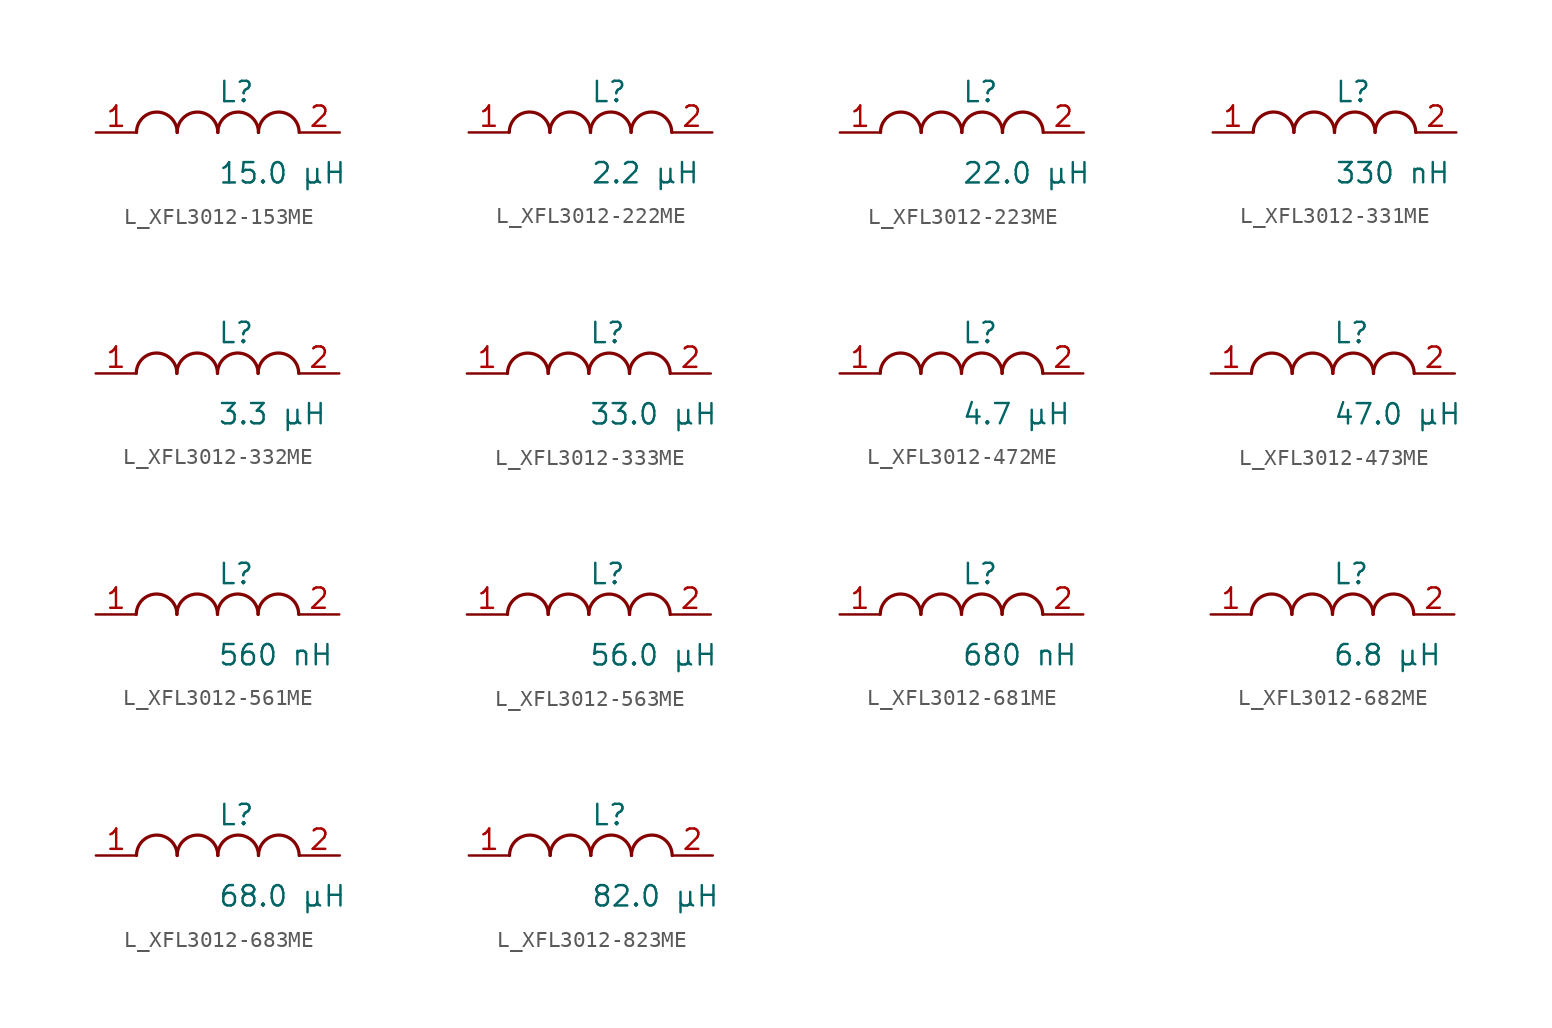
<source format=kicad_sym>
(kicad_symbol_lib
  (version 20231120)
  (generator kicad_symbol_editor)
  (generator_version 8.0)
  (symbol "L_XFL3012-153ME"
    (pin_names
      (offset 0.254))
    (property "Reference" "L"
      (at 0.0 2.54 0)
      (effects (font (size 1.27 1.27)) (justify left)))
    (property "Value" "15.0 µH"
      (at 0.0 -2.54 0)
      (effects (font (size 1.27 1.27)) (justify left)))
    (symbol "L_XFL3012-153ME_1_1"
      (arc (start -2.54 0.0056) (mid -3.81 1.27) (end -5.08 0.0056) (stroke (width 0.2032) (type default)) (fill (type none)))
      (arc (start 0 0.0056) (mid -1.27 1.27) (end -2.54 0.0056) (stroke (width 0.2032) (type default)) (fill (type none)))
      (arc (start 2.54 0.0056) (mid 1.27 1.27) (end 0 0.0056) (stroke (width 0.2032) (type default)) (fill (type none)))
      (arc (start 5.08 0.0056) (mid 3.81 1.27) (end 2.54 0.0056) (stroke (width 0.2032) (type default)) (fill (type none)))
      (pin unspecified line (at -7.62 0 0) (length 2.54) (name "" (effects (font (size 1.27 1.27)))) (number "1" (effects (font (size 1.27 1.27)))))
      (pin unspecified line (at 7.62 0 180) (length 2.54) (name "" (effects (font (size 1.27 1.27)))) (number "2" (effects (font (size 1.27 1.27)))))))
  (symbol "L_XFL3012-222ME"
    (pin_names
      (offset 0.254))
    (property "Reference" "L"
      (at 0.0 2.54 0)
      (effects (font (size 1.27 1.27)) (justify left)))
    (property "Value" "2.2 µH"
      (at 0.0 -2.54 0)
      (effects (font (size 1.27 1.27)) (justify left)))
    (symbol "L_XFL3012-222ME_1_1"
      (arc (start -2.54 0.0056) (mid -3.81 1.27) (end -5.08 0.0056) (stroke (width 0.2032) (type default)) (fill (type none)))
      (arc (start 0 0.0056) (mid -1.27 1.27) (end -2.54 0.0056) (stroke (width 0.2032) (type default)) (fill (type none)))
      (arc (start 2.54 0.0056) (mid 1.27 1.27) (end 0 0.0056) (stroke (width 0.2032) (type default)) (fill (type none)))
      (arc (start 5.08 0.0056) (mid 3.81 1.27) (end 2.54 0.0056) (stroke (width 0.2032) (type default)) (fill (type none)))
      (pin unspecified line (at -7.62 0 0) (length 2.54) (name "" (effects (font (size 1.27 1.27)))) (number "1" (effects (font (size 1.27 1.27)))))
      (pin unspecified line (at 7.62 0 180) (length 2.54) (name "" (effects (font (size 1.27 1.27)))) (number "2" (effects (font (size 1.27 1.27)))))))
  (symbol "L_XFL3012-223ME"
    (pin_names
      (offset 0.254))
    (property "Reference" "L"
      (at 0.0 2.54 0)
      (effects (font (size 1.27 1.27)) (justify left)))
    (property "Value" "22.0 µH"
      (at 0.0 -2.54 0)
      (effects (font (size 1.27 1.27)) (justify left)))
    (symbol "L_XFL3012-223ME_1_1"
      (arc (start -2.54 0.0056) (mid -3.81 1.27) (end -5.08 0.0056) (stroke (width 0.2032) (type default)) (fill (type none)))
      (arc (start 0 0.0056) (mid -1.27 1.27) (end -2.54 0.0056) (stroke (width 0.2032) (type default)) (fill (type none)))
      (arc (start 2.54 0.0056) (mid 1.27 1.27) (end 0 0.0056) (stroke (width 0.2032) (type default)) (fill (type none)))
      (arc (start 5.08 0.0056) (mid 3.81 1.27) (end 2.54 0.0056) (stroke (width 0.2032) (type default)) (fill (type none)))
      (pin unspecified line (at -7.62 0 0) (length 2.54) (name "" (effects (font (size 1.27 1.27)))) (number "1" (effects (font (size 1.27 1.27)))))
      (pin unspecified line (at 7.62 0 180) (length 2.54) (name "" (effects (font (size 1.27 1.27)))) (number "2" (effects (font (size 1.27 1.27)))))))
  (symbol "L_XFL3012-331ME"
    (pin_names
      (offset 0.254))
    (property "Reference" "L"
      (at 0.0 2.54 0)
      (effects (font (size 1.27 1.27)) (justify left)))
    (property "Value" "330 nH"
      (at 0.0 -2.54 0)
      (effects (font (size 1.27 1.27)) (justify left)))
    (symbol "L_XFL3012-331ME_1_1"
      (arc (start -2.54 0.0056) (mid -3.81 1.27) (end -5.08 0.0056) (stroke (width 0.2032) (type default)) (fill (type none)))
      (arc (start 0 0.0056) (mid -1.27 1.27) (end -2.54 0.0056) (stroke (width 0.2032) (type default)) (fill (type none)))
      (arc (start 2.54 0.0056) (mid 1.27 1.27) (end 0 0.0056) (stroke (width 0.2032) (type default)) (fill (type none)))
      (arc (start 5.08 0.0056) (mid 3.81 1.27) (end 2.54 0.0056) (stroke (width 0.2032) (type default)) (fill (type none)))
      (pin unspecified line (at -7.62 0 0) (length 2.54) (name "" (effects (font (size 1.27 1.27)))) (number "1" (effects (font (size 1.27 1.27)))))
      (pin unspecified line (at 7.62 0 180) (length 2.54) (name "" (effects (font (size 1.27 1.27)))) (number "2" (effects (font (size 1.27 1.27)))))))
  (symbol "L_XFL3012-332ME"
    (pin_names
      (offset 0.254))
    (property "Reference" "L"
      (at 0.0 2.54 0)
      (effects (font (size 1.27 1.27)) (justify left)))
    (property "Value" "3.3 µH"
      (at 0.0 -2.54 0)
      (effects (font (size 1.27 1.27)) (justify left)))
    (symbol "L_XFL3012-332ME_1_1"
      (arc (start -2.54 0.0056) (mid -3.81 1.27) (end -5.08 0.0056) (stroke (width 0.2032) (type default)) (fill (type none)))
      (arc (start 0 0.0056) (mid -1.27 1.27) (end -2.54 0.0056) (stroke (width 0.2032) (type default)) (fill (type none)))
      (arc (start 2.54 0.0056) (mid 1.27 1.27) (end 0 0.0056) (stroke (width 0.2032) (type default)) (fill (type none)))
      (arc (start 5.08 0.0056) (mid 3.81 1.27) (end 2.54 0.0056) (stroke (width 0.2032) (type default)) (fill (type none)))
      (pin unspecified line (at -7.62 0 0) (length 2.54) (name "" (effects (font (size 1.27 1.27)))) (number "1" (effects (font (size 1.27 1.27)))))
      (pin unspecified line (at 7.62 0 180) (length 2.54) (name "" (effects (font (size 1.27 1.27)))) (number "2" (effects (font (size 1.27 1.27)))))))
  (symbol "L_XFL3012-333ME"
    (pin_names
      (offset 0.254))
    (property "Reference" "L"
      (at 0.0 2.54 0)
      (effects (font (size 1.27 1.27)) (justify left)))
    (property "Value" "33.0 µH"
      (at 0.0 -2.54 0)
      (effects (font (size 1.27 1.27)) (justify left)))
    (symbol "L_XFL3012-333ME_1_1"
      (arc (start -2.54 0.0056) (mid -3.81 1.27) (end -5.08 0.0056) (stroke (width 0.2032) (type default)) (fill (type none)))
      (arc (start 0 0.0056) (mid -1.27 1.27) (end -2.54 0.0056) (stroke (width 0.2032) (type default)) (fill (type none)))
      (arc (start 2.54 0.0056) (mid 1.27 1.27) (end 0 0.0056) (stroke (width 0.2032) (type default)) (fill (type none)))
      (arc (start 5.08 0.0056) (mid 3.81 1.27) (end 2.54 0.0056) (stroke (width 0.2032) (type default)) (fill (type none)))
      (pin unspecified line (at -7.62 0 0) (length 2.54) (name "" (effects (font (size 1.27 1.27)))) (number "1" (effects (font (size 1.27 1.27)))))
      (pin unspecified line (at 7.62 0 180) (length 2.54) (name "" (effects (font (size 1.27 1.27)))) (number "2" (effects (font (size 1.27 1.27)))))))
  (symbol "L_XFL3012-472ME"
    (pin_names
      (offset 0.254))
    (property "Reference" "L"
      (at 0.0 2.54 0)
      (effects (font (size 1.27 1.27)) (justify left)))
    (property "Value" "4.7 µH"
      (at 0.0 -2.54 0)
      (effects (font (size 1.27 1.27)) (justify left)))
    (symbol "L_XFL3012-472ME_1_1"
      (arc (start -2.54 0.0056) (mid -3.81 1.27) (end -5.08 0.0056) (stroke (width 0.2032) (type default)) (fill (type none)))
      (arc (start 0 0.0056) (mid -1.27 1.27) (end -2.54 0.0056) (stroke (width 0.2032) (type default)) (fill (type none)))
      (arc (start 2.54 0.0056) (mid 1.27 1.27) (end 0 0.0056) (stroke (width 0.2032) (type default)) (fill (type none)))
      (arc (start 5.08 0.0056) (mid 3.81 1.27) (end 2.54 0.0056) (stroke (width 0.2032) (type default)) (fill (type none)))
      (pin unspecified line (at -7.62 0 0) (length 2.54) (name "" (effects (font (size 1.27 1.27)))) (number "1" (effects (font (size 1.27 1.27)))))
      (pin unspecified line (at 7.62 0 180) (length 2.54) (name "" (effects (font (size 1.27 1.27)))) (number "2" (effects (font (size 1.27 1.27)))))))
  (symbol "L_XFL3012-473ME"
    (pin_names
      (offset 0.254))
    (property "Reference" "L"
      (at 0.0 2.54 0)
      (effects (font (size 1.27 1.27)) (justify left)))
    (property "Value" "47.0 µH"
      (at 0.0 -2.54 0)
      (effects (font (size 1.27 1.27)) (justify left)))
    (symbol "L_XFL3012-473ME_1_1"
      (arc (start -2.54 0.0056) (mid -3.81 1.27) (end -5.08 0.0056) (stroke (width 0.2032) (type default)) (fill (type none)))
      (arc (start 0 0.0056) (mid -1.27 1.27) (end -2.54 0.0056) (stroke (width 0.2032) (type default)) (fill (type none)))
      (arc (start 2.54 0.0056) (mid 1.27 1.27) (end 0 0.0056) (stroke (width 0.2032) (type default)) (fill (type none)))
      (arc (start 5.08 0.0056) (mid 3.81 1.27) (end 2.54 0.0056) (stroke (width 0.2032) (type default)) (fill (type none)))
      (pin unspecified line (at -7.62 0 0) (length 2.54) (name "" (effects (font (size 1.27 1.27)))) (number "1" (effects (font (size 1.27 1.27)))))
      (pin unspecified line (at 7.62 0 180) (length 2.54) (name "" (effects (font (size 1.27 1.27)))) (number "2" (effects (font (size 1.27 1.27)))))))
  (symbol "L_XFL3012-561ME"
    (pin_names
      (offset 0.254))
    (property "Reference" "L"
      (at 0.0 2.54 0)
      (effects (font (size 1.27 1.27)) (justify left)))
    (property "Value" "560 nH"
      (at 0.0 -2.54 0)
      (effects (font (size 1.27 1.27)) (justify left)))
    (symbol "L_XFL3012-561ME_1_1"
      (arc (start -2.54 0.0056) (mid -3.81 1.27) (end -5.08 0.0056) (stroke (width 0.2032) (type default)) (fill (type none)))
      (arc (start 0 0.0056) (mid -1.27 1.27) (end -2.54 0.0056) (stroke (width 0.2032) (type default)) (fill (type none)))
      (arc (start 2.54 0.0056) (mid 1.27 1.27) (end 0 0.0056) (stroke (width 0.2032) (type default)) (fill (type none)))
      (arc (start 5.08 0.0056) (mid 3.81 1.27) (end 2.54 0.0056) (stroke (width 0.2032) (type default)) (fill (type none)))
      (pin unspecified line (at -7.62 0 0) (length 2.54) (name "" (effects (font (size 1.27 1.27)))) (number "1" (effects (font (size 1.27 1.27)))))
      (pin unspecified line (at 7.62 0 180) (length 2.54) (name "" (effects (font (size 1.27 1.27)))) (number "2" (effects (font (size 1.27 1.27)))))))
  (symbol "L_XFL3012-563ME"
    (pin_names
      (offset 0.254))
    (property "Reference" "L"
      (at 0.0 2.54 0)
      (effects (font (size 1.27 1.27)) (justify left)))
    (property "Value" "56.0 µH"
      (at 0.0 -2.54 0)
      (effects (font (size 1.27 1.27)) (justify left)))
    (symbol "L_XFL3012-563ME_1_1"
      (arc (start -2.54 0.0056) (mid -3.81 1.27) (end -5.08 0.0056) (stroke (width 0.2032) (type default)) (fill (type none)))
      (arc (start 0 0.0056) (mid -1.27 1.27) (end -2.54 0.0056) (stroke (width 0.2032) (type default)) (fill (type none)))
      (arc (start 2.54 0.0056) (mid 1.27 1.27) (end 0 0.0056) (stroke (width 0.2032) (type default)) (fill (type none)))
      (arc (start 5.08 0.0056) (mid 3.81 1.27) (end 2.54 0.0056) (stroke (width 0.2032) (type default)) (fill (type none)))
      (pin unspecified line (at -7.62 0 0) (length 2.54) (name "" (effects (font (size 1.27 1.27)))) (number "1" (effects (font (size 1.27 1.27)))))
      (pin unspecified line (at 7.62 0 180) (length 2.54) (name "" (effects (font (size 1.27 1.27)))) (number "2" (effects (font (size 1.27 1.27)))))))
  (symbol "L_XFL3012-681ME"
    (pin_names
      (offset 0.254))
    (property "Reference" "L"
      (at 0.0 2.54 0)
      (effects (font (size 1.27 1.27)) (justify left)))
    (property "Value" "680 nH"
      (at 0.0 -2.54 0)
      (effects (font (size 1.27 1.27)) (justify left)))
    (symbol "L_XFL3012-681ME_1_1"
      (arc (start -2.54 0.0056) (mid -3.81 1.27) (end -5.08 0.0056) (stroke (width 0.2032) (type default)) (fill (type none)))
      (arc (start 0 0.0056) (mid -1.27 1.27) (end -2.54 0.0056) (stroke (width 0.2032) (type default)) (fill (type none)))
      (arc (start 2.54 0.0056) (mid 1.27 1.27) (end 0 0.0056) (stroke (width 0.2032) (type default)) (fill (type none)))
      (arc (start 5.08 0.0056) (mid 3.81 1.27) (end 2.54 0.0056) (stroke (width 0.2032) (type default)) (fill (type none)))
      (pin unspecified line (at -7.62 0 0) (length 2.54) (name "" (effects (font (size 1.27 1.27)))) (number "1" (effects (font (size 1.27 1.27)))))
      (pin unspecified line (at 7.62 0 180) (length 2.54) (name "" (effects (font (size 1.27 1.27)))) (number "2" (effects (font (size 1.27 1.27)))))))
  (symbol "L_XFL3012-682ME"
    (pin_names
      (offset 0.254))
    (property "Reference" "L"
      (at 0.0 2.54 0)
      (effects (font (size 1.27 1.27)) (justify left)))
    (property "Value" "6.8 µH"
      (at 0.0 -2.54 0)
      (effects (font (size 1.27 1.27)) (justify left)))
    (symbol "L_XFL3012-682ME_1_1"
      (arc (start -2.54 0.0056) (mid -3.81 1.27) (end -5.08 0.0056) (stroke (width 0.2032) (type default)) (fill (type none)))
      (arc (start 0 0.0056) (mid -1.27 1.27) (end -2.54 0.0056) (stroke (width 0.2032) (type default)) (fill (type none)))
      (arc (start 2.54 0.0056) (mid 1.27 1.27) (end 0 0.0056) (stroke (width 0.2032) (type default)) (fill (type none)))
      (arc (start 5.08 0.0056) (mid 3.81 1.27) (end 2.54 0.0056) (stroke (width 0.2032) (type default)) (fill (type none)))
      (pin unspecified line (at -7.62 0 0) (length 2.54) (name "" (effects (font (size 1.27 1.27)))) (number "1" (effects (font (size 1.27 1.27)))))
      (pin unspecified line (at 7.62 0 180) (length 2.54) (name "" (effects (font (size 1.27 1.27)))) (number "2" (effects (font (size 1.27 1.27)))))))
  (symbol "L_XFL3012-683ME"
    (pin_names
      (offset 0.254))
    (property "Reference" "L"
      (at 0.0 2.54 0)
      (effects (font (size 1.27 1.27)) (justify left)))
    (property "Value" "68.0 µH"
      (at 0.0 -2.54 0)
      (effects (font (size 1.27 1.27)) (justify left)))
    (symbol "L_XFL3012-683ME_1_1"
      (arc (start -2.54 0.0056) (mid -3.81 1.27) (end -5.08 0.0056) (stroke (width 0.2032) (type default)) (fill (type none)))
      (arc (start 0 0.0056) (mid -1.27 1.27) (end -2.54 0.0056) (stroke (width 0.2032) (type default)) (fill (type none)))
      (arc (start 2.54 0.0056) (mid 1.27 1.27) (end 0 0.0056) (stroke (width 0.2032) (type default)) (fill (type none)))
      (arc (start 5.08 0.0056) (mid 3.81 1.27) (end 2.54 0.0056) (stroke (width 0.2032) (type default)) (fill (type none)))
      (pin unspecified line (at -7.62 0 0) (length 2.54) (name "" (effects (font (size 1.27 1.27)))) (number "1" (effects (font (size 1.27 1.27)))))
      (pin unspecified line (at 7.62 0 180) (length 2.54) (name "" (effects (font (size 1.27 1.27)))) (number "2" (effects (font (size 1.27 1.27)))))))
  (symbol "L_XFL3012-823ME"
    (pin_names
      (offset 0.254))
    (property "Reference" "L"
      (at 0.0 2.54 0)
      (effects (font (size 1.27 1.27)) (justify left)))
    (property "Value" "82.0 µH"
      (at 0.0 -2.54 0)
      (effects (font (size 1.27 1.27)) (justify left)))
    (symbol "L_XFL3012-823ME_1_1"
      (arc (start -2.54 0.0056) (mid -3.81 1.27) (end -5.08 0.0056) (stroke (width 0.2032) (type default)) (fill (type none)))
      (arc (start 0 0.0056) (mid -1.27 1.27) (end -2.54 0.0056) (stroke (width 0.2032) (type default)) (fill (type none)))
      (arc (start 2.54 0.0056) (mid 1.27 1.27) (end 0 0.0056) (stroke (width 0.2032) (type default)) (fill (type none)))
      (arc (start 5.08 0.0056) (mid 3.81 1.27) (end 2.54 0.0056) (stroke (width 0.2032) (type default)) (fill (type none)))
      (pin unspecified line (at -7.62 0 0) (length 2.54) (name "" (effects (font (size 1.27 1.27)))) (number "1" (effects (font (size 1.27 1.27)))))
      (pin unspecified line (at 7.62 0 180) (length 2.54) (name "" (effects (font (size 1.27 1.27)))) (number "2" (effects (font (size 1.27 1.27))))))))
</source>
